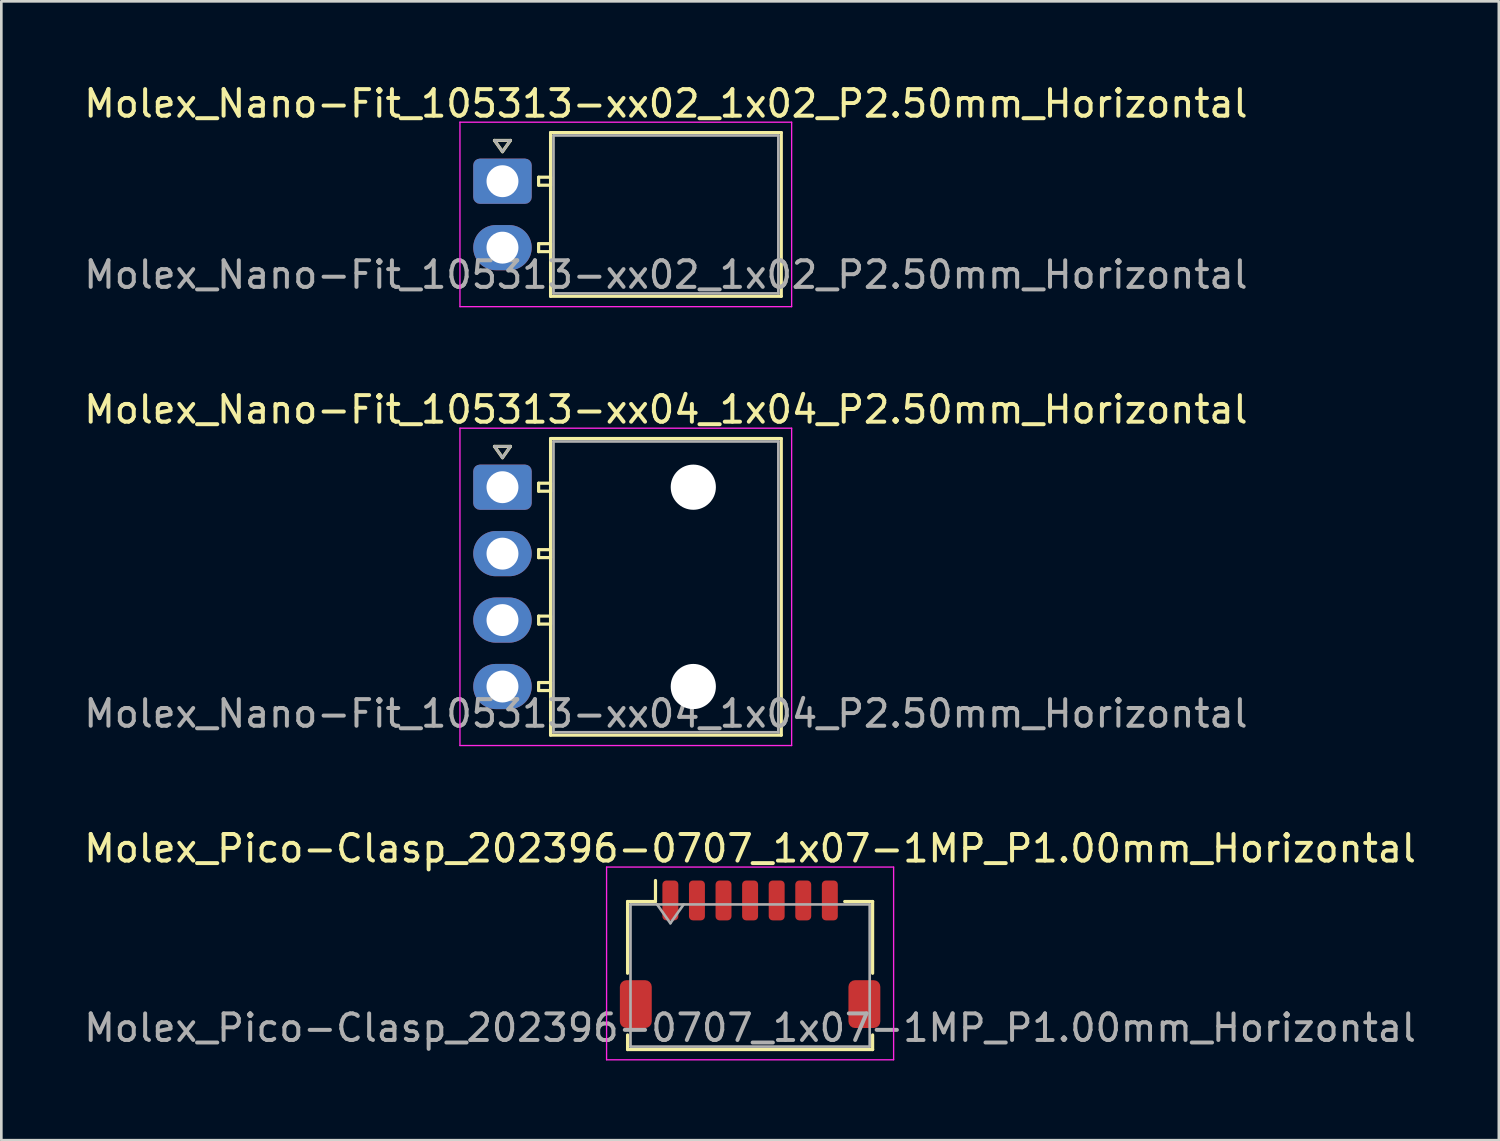
<source format=kicad_pcb>
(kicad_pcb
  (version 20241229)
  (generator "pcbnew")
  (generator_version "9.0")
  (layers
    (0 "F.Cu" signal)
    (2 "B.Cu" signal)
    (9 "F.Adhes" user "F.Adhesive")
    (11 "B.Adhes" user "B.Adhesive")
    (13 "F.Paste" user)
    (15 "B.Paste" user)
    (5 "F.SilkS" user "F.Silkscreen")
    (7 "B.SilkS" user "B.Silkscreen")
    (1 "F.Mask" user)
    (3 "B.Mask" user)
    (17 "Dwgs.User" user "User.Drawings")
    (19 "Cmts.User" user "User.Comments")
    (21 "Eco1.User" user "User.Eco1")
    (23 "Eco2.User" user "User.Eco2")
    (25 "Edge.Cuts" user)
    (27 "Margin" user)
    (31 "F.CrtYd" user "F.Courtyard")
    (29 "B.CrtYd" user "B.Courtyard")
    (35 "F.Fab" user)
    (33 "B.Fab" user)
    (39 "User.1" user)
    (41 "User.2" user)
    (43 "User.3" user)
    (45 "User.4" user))
  (footprint "Molex_Pico-Clasp_202396-0707_1x07-1MP_P1.00mm_Horizontal"
    (layer "F.Cu")
    (at 25.173 32.855)
    (property "Reference" "Molex_Pico-Clasp_202396-0707_1x07-1MP_P1.00mm_Horizontal" (at 0 -3.98 0) (layer "F.SilkS") (effects (font (size 1 1) (thickness 0.15))))
    (attr smd)
    (fp_line (start -4.61 -1.985) (end -3.56 -1.985) (stroke (width 0.12) (type solid)) (layer "F.SilkS"))
    (fp_line (start -4.61 0.715) (end -4.61 -1.985) (stroke (width 0.12) (type solid)) (layer "F.SilkS"))
    (fp_line (start -4.61 3.035) (end -4.61 3.585) (stroke (width 0.12) (type solid)) (layer "F.SilkS"))
    (fp_line (start -4.61 3.585) (end 4.61 3.585) (stroke (width 0.12) (type solid)) (layer "F.SilkS"))
    (fp_line (start -3.56 -1.985) (end -3.56 -2.775) (stroke (width 0.12) (type solid)) (layer "F.SilkS"))
    (fp_line (start 4.61 -1.985) (end 3.56 -1.985) (stroke (width 0.12) (type solid)) (layer "F.SilkS"))
    (fp_line (start 4.61 0.715) (end 4.61 -1.985) (stroke (width 0.12) (type solid)) (layer "F.SilkS"))
    (fp_line (start 4.61 3.585) (end 4.61 3.035) (stroke (width 0.12) (type solid)) (layer "F.SilkS"))
    (fp_line (start -5.4 -3.28) (end -5.4 3.97) (stroke (width 0.05) (type solid)) (layer "F.CrtYd"))
    (fp_line (start -5.4 3.97) (end 5.4 3.97) (stroke (width 0.05) (type solid)) (layer "F.CrtYd"))
    (fp_line (start 5.4 -3.28) (end -5.4 -3.28) (stroke (width 0.05) (type solid)) (layer "F.CrtYd"))
    (fp_line (start 5.4 3.97) (end 5.4 -3.28) (stroke (width 0.05) (type solid)) (layer "F.CrtYd"))
    (fp_line (start -4.5 -1.875) (end -4.5 3.475) (stroke (width 0.1) (type solid)) (layer "F.Fab"))
    (fp_line (start -4.5 -1.875) (end 4.5 -1.875) (stroke (width 0.1) (type solid)) (layer "F.Fab"))
    (fp_line (start -4.5 3.475) (end 4.5 3.475) (stroke (width 0.1) (type solid)) (layer "F.Fab"))
    (fp_line (start -3.5 -1.875) (end -3 -1.168) (stroke (width 0.1) (type solid)) (layer "F.Fab"))
    (fp_line (start -3 -1.168) (end -2.5 -1.875) (stroke (width 0.1) (type solid)) (layer "F.Fab"))
    (fp_line (start 4.5 -1.875) (end 4.5 3.475) (stroke (width 0.1) (type solid)) (layer "F.Fab"))
    (fp_text user "${REFERENCE}" (at 0 2.77 0) (layer "F.Fab") (effects (font (size 1 1) (thickness 0.15))))
    (pad "1" smd roundrect (at -3 -2.025) (size 0.6 1.5) (layers "F.Cu" "F.Mask" "F.Paste") (roundrect_rratio 0.25))
    (pad "2" smd roundrect (at -2 -2.025) (size 0.6 1.5) (layers "F.Cu" "F.Mask" "F.Paste") (roundrect_rratio 0.25))
    (pad "3" smd roundrect (at -1 -2.025) (size 0.6 1.5) (layers "F.Cu" "F.Mask" "F.Paste") (roundrect_rratio 0.25))
    (pad "4" smd roundrect (at 0 -2.025) (size 0.6 1.5) (layers "F.Cu" "F.Mask" "F.Paste") (roundrect_rratio 0.25))
    (pad "5" smd roundrect (at 1 -2.025) (size 0.6 1.5) (layers "F.Cu" "F.Mask" "F.Paste") (roundrect_rratio 0.25))
    (pad "6" smd roundrect (at 2 -2.025) (size 0.6 1.5) (layers "F.Cu" "F.Mask" "F.Paste") (roundrect_rratio 0.25))
    (pad "7" smd roundrect (at 3 -2.025) (size 0.6 1.5) (layers "F.Cu" "F.Mask" "F.Paste") (roundrect_rratio 0.25))
    (pad "MP" smd roundrect (at -4.3 1.875) (size 1.2 1.8) (layers "F.Cu" "F.Mask" "F.Paste") (roundrect_rratio 0.208))
    (pad "MP" smd roundrect (at 4.3 1.875) (size 1.2 1.8) (layers "F.Cu" "F.Mask" "F.Paste") (roundrect_rratio 0.208)))
  (footprint "Molex_Nano-Fit_105313-xx04_1x04_P2.50mm_Horizontal"
    (layer "F.Cu")
    (at 15.856 15.281)
    (property "Reference" "Molex_Nano-Fit_105313-xx04_1x04_P2.50mm_Horizontal" (at 6.15 -2.92 180) (layer "F.SilkS") (effects (font (size 1 1) (thickness 0.15))))
    (attr through_hole)
    (fp_line (start -0.3 -1.534) (end 0 -1.11) (stroke (width 0.12) (type solid)) (layer "F.SilkS"))
    (fp_line (start 0 -1.11) (end 0.3 -1.534) (stroke (width 0.12) (type solid)) (layer "F.SilkS"))
    (fp_line (start 0.3 -1.534) (end -0.3 -1.534) (stroke (width 0.12) (type solid)) (layer "F.SilkS"))
    (fp_line (start 1.36 -0.15) (end 1.36 0.15) (stroke (width 0.12) (type solid)) (layer "F.SilkS"))
    (fp_line (start 1.36 0.15) (end 1.81 0.15) (stroke (width 0.12) (type solid)) (layer "F.SilkS"))
    (fp_line (start 1.36 2.35) (end 1.36 2.65) (stroke (width 0.12) (type solid)) (layer "F.SilkS"))
    (fp_line (start 1.36 2.65) (end 1.81 2.65) (stroke (width 0.12) (type solid)) (layer "F.SilkS"))
    (fp_line (start 1.36 4.85) (end 1.36 5.15) (stroke (width 0.12) (type solid)) (layer "F.SilkS"))
    (fp_line (start 1.36 5.15) (end 1.81 5.15) (stroke (width 0.12) (type solid)) (layer "F.SilkS"))
    (fp_line (start 1.36 7.35) (end 1.36 7.65) (stroke (width 0.12) (type solid)) (layer "F.SilkS"))
    (fp_line (start 1.36 7.65) (end 1.81 7.65) (stroke (width 0.12) (type solid)) (layer "F.SilkS"))
    (fp_line (start 1.81 -1.83) (end 1.81 9.33) (stroke (width 0.12) (type solid)) (layer "F.SilkS"))
    (fp_line (start 1.81 -0.15) (end 1.36 -0.15) (stroke (width 0.12) (type solid)) (layer "F.SilkS"))
    (fp_line (start 1.81 0.15) (end 1.81 -0.15) (stroke (width 0.12) (type solid)) (layer "F.SilkS"))
    (fp_line (start 1.81 2.35) (end 1.36 2.35) (stroke (width 0.12) (type solid)) (layer "F.SilkS"))
    (fp_line (start 1.81 2.65) (end 1.81 2.35) (stroke (width 0.12) (type solid)) (layer "F.SilkS"))
    (fp_line (start 1.81 4.85) (end 1.36 4.85) (stroke (width 0.12) (type solid)) (layer "F.SilkS"))
    (fp_line (start 1.81 5.15) (end 1.81 4.85) (stroke (width 0.12) (type solid)) (layer "F.SilkS"))
    (fp_line (start 1.81 7.35) (end 1.36 7.35) (stroke (width 0.12) (type solid)) (layer "F.SilkS"))
    (fp_line (start 1.81 7.65) (end 1.81 7.35) (stroke (width 0.12) (type solid)) (layer "F.SilkS"))
    (fp_line (start 1.81 9.33) (end 10.49 9.33) (stroke (width 0.12) (type solid)) (layer "F.SilkS"))
    (fp_line (start 10.49 9.33) (end 10.49 -1.83) (stroke (width 0.12) (type solid)) (layer "F.SilkS"))
    (fp_line (start 10.49 -1.83) (end 1.81 -1.83) (stroke (width 0.12) (type solid)) (layer "F.SilkS"))
    (fp_line (start -1.6 -2.22) (end -1.6 9.72) (stroke (width 0.05) (type solid)) (layer "F.CrtYd"))
    (fp_line (start -1.6 9.72) (end 10.88 9.72) (stroke (width 0.05) (type solid)) (layer "F.CrtYd"))
    (fp_line (start 10.88 -2.22) (end -1.6 -2.22) (stroke (width 0.05) (type solid)) (layer "F.CrtYd"))
    (fp_line (start 10.88 9.72) (end 10.88 -2.22) (stroke (width 0.05) (type solid)) (layer "F.CrtYd"))
    (fp_line (start -0.3 -1.534) (end 0 -1.11) (stroke (width 0.1) (type solid)) (layer "F.Fab"))
    (fp_line (start 0 -1.11) (end 0.3 -1.534) (stroke (width 0.1) (type solid)) (layer "F.Fab"))
    (fp_line (start 0.3 -1.534) (end -0.3 -1.534) (stroke (width 0.1) (type solid)) (layer "F.Fab"))
    (fp_line (start 1.92 -1.72) (end 1.92 9.22) (stroke (width 0.1) (type solid)) (layer "F.Fab"))
    (fp_line (start 1.92 9.22) (end 10.38 9.22) (stroke (width 0.1) (type solid)) (layer "F.Fab"))
    (fp_line (start 10.38 -1.72) (end 1.92 -1.72) (stroke (width 0.1) (type solid)) (layer "F.Fab"))
    (fp_line (start 10.38 9.22) (end 10.38 -1.72) (stroke (width 0.1) (type solid)) (layer "F.Fab"))
    (fp_text user "${REFERENCE}" (at 6.15 8.52 180) (layer "F.Fab") (effects (font (size 1 1) (thickness 0.15))))
    (pad "" np_thru_hole circle (at 7.18 0) (size 1.7 1.7) (drill 1.7) (layers "*.Cu" "*.Mask"))
    (pad "" np_thru_hole circle (at 7.18 7.5) (size 1.7 1.7) (drill 1.7) (layers "*.Cu" "*.Mask"))
    (pad "1" thru_hole roundrect (at 0 0) (size 2.2 1.7) (drill 1.2) (layers "*.Cu" "*.Mask") (roundrect_rratio 0.147))
    (pad "2" thru_hole oval (at 0 2.5) (size 2.2 1.7) (drill 1.2) (layers "*.Cu" "*.Mask"))
    (pad "3" thru_hole oval (at 0 5) (size 2.2 1.7) (drill 1.2) (layers "*.Cu" "*.Mask"))
    (pad "4" thru_hole oval (at 0 7.5) (size 2.2 1.7) (drill 1.2) (layers "*.Cu" "*.Mask")))
  (footprint "Molex_Nano-Fit_105313-xx02_1x02_P2.50mm_Horizontal"
    (layer "F.Cu")
    (at 15.856 3.768)
    (property "Reference" "Molex_Nano-Fit_105313-xx02_1x02_P2.50mm_Horizontal" (at 6.15 -2.92 0) (layer "F.SilkS") (effects (font (size 1 1) (thickness 0.15))))
    (attr through_hole)
    (fp_line (start -0.3 -1.534) (end 0 -1.11) (stroke (width 0.12) (type solid)) (layer "F.SilkS"))
    (fp_line (start 0 -1.11) (end 0.3 -1.534) (stroke (width 0.12) (type solid)) (layer "F.SilkS"))
    (fp_line (start 0.3 -1.534) (end -0.3 -1.534) (stroke (width 0.12) (type solid)) (layer "F.SilkS"))
    (fp_line (start 1.36 -0.15) (end 1.36 0.15) (stroke (width 0.12) (type solid)) (layer "F.SilkS"))
    (fp_line (start 1.36 0.15) (end 1.81 0.15) (stroke (width 0.12) (type solid)) (layer "F.SilkS"))
    (fp_line (start 1.36 2.35) (end 1.36 2.65) (stroke (width 0.12) (type solid)) (layer "F.SilkS"))
    (fp_line (start 1.36 2.65) (end 1.81 2.65) (stroke (width 0.12) (type solid)) (layer "F.SilkS"))
    (fp_line (start 1.81 -1.83) (end 1.81 4.33) (stroke (width 0.12) (type solid)) (layer "F.SilkS"))
    (fp_line (start 1.81 -0.15) (end 1.36 -0.15) (stroke (width 0.12) (type solid)) (layer "F.SilkS"))
    (fp_line (start 1.81 0.15) (end 1.81 -0.15) (stroke (width 0.12) (type solid)) (layer "F.SilkS"))
    (fp_line (start 1.81 2.35) (end 1.36 2.35) (stroke (width 0.12) (type solid)) (layer "F.SilkS"))
    (fp_line (start 1.81 2.65) (end 1.81 2.35) (stroke (width 0.12) (type solid)) (layer "F.SilkS"))
    (fp_line (start 1.81 4.33) (end 10.49 4.33) (stroke (width 0.12) (type solid)) (layer "F.SilkS"))
    (fp_line (start 10.49 -1.83) (end 1.81 -1.83) (stroke (width 0.12) (type solid)) (layer "F.SilkS"))
    (fp_line (start 10.49 4.33) (end 10.49 -1.83) (stroke (width 0.12) (type solid)) (layer "F.SilkS"))
    (fp_line (start -1.6 -2.22) (end -1.6 4.72) (stroke (width 0.05) (type solid)) (layer "F.CrtYd"))
    (fp_line (start -1.6 4.72) (end 10.88 4.72) (stroke (width 0.05) (type solid)) (layer "F.CrtYd"))
    (fp_line (start 10.88 -2.22) (end -1.6 -2.22) (stroke (width 0.05) (type solid)) (layer "F.CrtYd"))
    (fp_line (start 10.88 4.72) (end 10.88 -2.22) (stroke (width 0.05) (type solid)) (layer "F.CrtYd"))
    (fp_line (start -0.3 -1.534) (end 0 -1.11) (stroke (width 0.1) (type solid)) (layer "F.Fab"))
    (fp_line (start 0 -1.11) (end 0.3 -1.534) (stroke (width 0.1) (type solid)) (layer "F.Fab"))
    (fp_line (start 0.3 -1.534) (end -0.3 -1.534) (stroke (width 0.1) (type solid)) (layer "F.Fab"))
    (fp_line (start 1.92 -1.72) (end 1.92 4.22) (stroke (width 0.1) (type solid)) (layer "F.Fab"))
    (fp_line (start 1.92 4.22) (end 10.38 4.22) (stroke (width 0.1) (type solid)) (layer "F.Fab"))
    (fp_line (start 10.38 -1.72) (end 1.92 -1.72) (stroke (width 0.1) (type solid)) (layer "F.Fab"))
    (fp_line (start 10.38 4.22) (end 10.38 -1.72) (stroke (width 0.1) (type solid)) (layer "F.Fab"))
    (fp_text user "${REFERENCE}" (at 6.15 3.52 0) (layer "F.Fab") (effects (font (size 1 1) (thickness 0.15))))
    (pad "1" thru_hole roundrect (at 0 0) (size 2.2 1.7) (drill 1.2) (layers "*.Cu" "*.Mask") (roundrect_rratio 0.147))
    (pad "2" thru_hole oval (at 0 2.5) (size 2.2 1.7) (drill 1.2) (layers "*.Cu" "*.Mask")))
  (gr_rect
    (start -3 -3)
    (end 53.345 39.85)
    (stroke (width 0.1) (type default))
    (fill no)
    (layer "Edge.Cuts")))
</source>
